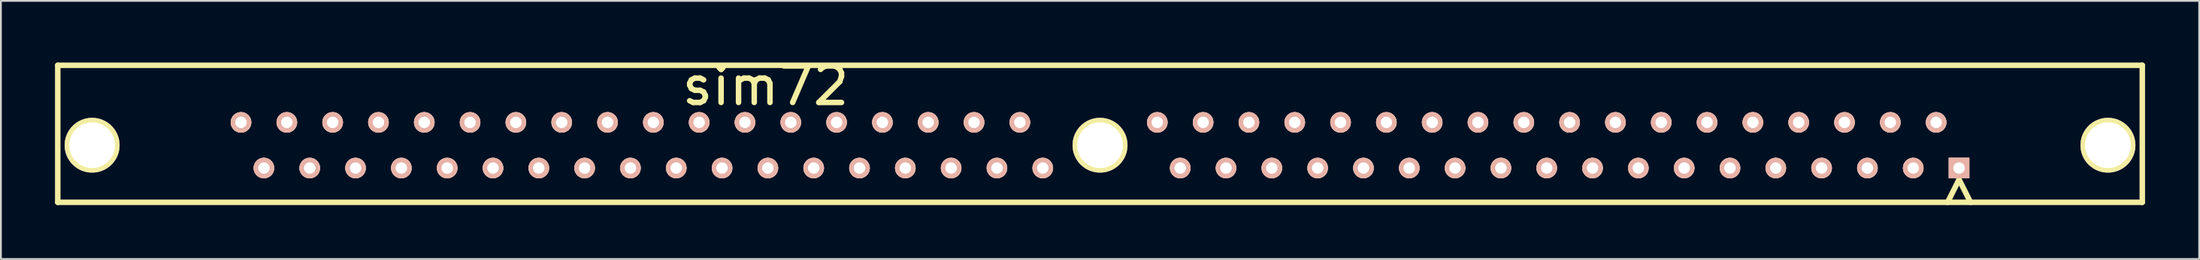
<source format=kicad_pcb>
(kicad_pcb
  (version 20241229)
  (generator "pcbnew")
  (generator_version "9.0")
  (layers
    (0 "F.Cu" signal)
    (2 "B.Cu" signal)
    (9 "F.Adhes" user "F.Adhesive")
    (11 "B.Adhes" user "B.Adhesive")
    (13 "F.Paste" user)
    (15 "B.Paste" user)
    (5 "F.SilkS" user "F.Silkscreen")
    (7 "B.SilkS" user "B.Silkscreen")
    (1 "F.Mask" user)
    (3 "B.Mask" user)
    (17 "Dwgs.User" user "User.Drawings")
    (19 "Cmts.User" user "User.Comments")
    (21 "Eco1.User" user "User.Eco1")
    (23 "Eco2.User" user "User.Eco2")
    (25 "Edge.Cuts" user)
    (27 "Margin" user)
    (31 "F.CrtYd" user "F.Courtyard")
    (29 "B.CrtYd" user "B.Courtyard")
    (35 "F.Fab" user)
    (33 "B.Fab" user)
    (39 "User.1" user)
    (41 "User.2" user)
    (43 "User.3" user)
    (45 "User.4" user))
  (footprint "sim72"
    (layer "F.Cu")
    (at 57.937 5.026)
    (property "Reference" "sim72" (at -18.542 -3.302 0) (layer "F.SilkS") (effects (font (size 2.032 2.032) (thickness 0.305))))
    (attr through_hole)
    (fp_line (start -57.785 -4.445) (end -57.785 3.175) (stroke (width 0.305) (type solid)) (layer "F.SilkS"))
    (fp_line (start -57.785 3.175) (end 57.785 3.175) (stroke (width 0.305) (type solid)) (layer "F.SilkS"))
    (fp_line (start 46.99 3.175) (end 47.625 1.905) (stroke (width 0.305) (type solid)) (layer "F.SilkS"))
    (fp_line (start 47.625 1.905) (end 48.26 3.175) (stroke (width 0.305) (type solid)) (layer "F.SilkS"))
    (fp_line (start 57.785 -4.445) (end -57.785 -4.445) (stroke (width 0.305) (type solid)) (layer "F.SilkS"))
    (fp_line (start 57.785 3.175) (end 57.785 -4.445) (stroke (width 0.305) (type solid)) (layer "F.SilkS"))
    (pad "" thru_hole circle (at -55.88 0) (size 3.048 3.048) (drill 2.54) (layers "*.Cu" "*.Mask" "F.SilkS"))
    (pad "" thru_hole circle (at 0 0) (size 3.048 3.048) (drill 2.54) (layers "*.Cu" "*.Mask" "F.SilkS"))
    (pad "" thru_hole circle (at 55.88 0) (size 3.048 3.048) (drill 2.54) (layers "*.Cu" "*.Mask" "F.SilkS"))
    (pad "1" thru_hole rect (at 47.625 1.27) (size 1.143 1.143) (drill 0.635) (layers "*.Cu" "*.SilkS" "*.Mask"))
    (pad "2" thru_hole circle (at 46.355 -1.27) (size 1.143 1.143) (drill 0.635) (layers "*.Cu" "*.SilkS" "*.Mask"))
    (pad "3" thru_hole circle (at 45.085 1.27) (size 1.143 1.143) (drill 0.635) (layers "*.Cu" "*.SilkS" "*.Mask"))
    (pad "4" thru_hole circle (at 43.815 -1.27) (size 1.143 1.143) (drill 0.635) (layers "*.Cu" "*.SilkS" "*.Mask"))
    (pad "5" thru_hole circle (at 42.545 1.27) (size 1.143 1.143) (drill 0.635) (layers "*.Cu" "*.SilkS" "*.Mask"))
    (pad "6" thru_hole circle (at 41.275 -1.27) (size 1.143 1.143) (drill 0.635) (layers "*.Cu" "*.SilkS" "*.Mask"))
    (pad "7" thru_hole circle (at 40.005 1.27) (size 1.143 1.143) (drill 0.635) (layers "*.Cu" "*.SilkS" "*.Mask"))
    (pad "8" thru_hole circle (at 38.735 -1.27) (size 1.143 1.143) (drill 0.635) (layers "*.Cu" "*.SilkS" "*.Mask"))
    (pad "9" thru_hole circle (at 37.465 1.27) (size 1.143 1.143) (drill 0.635) (layers "*.Cu" "*.SilkS" "*.Mask"))
    (pad "10" thru_hole circle (at 36.195 -1.27) (size 1.143 1.143) (drill 0.635) (layers "*.Cu" "*.SilkS" "*.Mask"))
    (pad "11" thru_hole circle (at 34.925 1.27) (size 1.143 1.143) (drill 0.635) (layers "*.Cu" "*.SilkS" "*.Mask"))
    (pad "12" thru_hole circle (at 33.655 -1.27) (size 1.143 1.143) (drill 0.635) (layers "*.Cu" "*.SilkS" "*.Mask"))
    (pad "13" thru_hole circle (at 32.385 1.27) (size 1.143 1.143) (drill 0.635) (layers "*.Cu" "*.SilkS" "*.Mask"))
    (pad "14" thru_hole circle (at 31.115 -1.27) (size 1.143 1.143) (drill 0.635) (layers "*.Cu" "*.SilkS" "*.Mask"))
    (pad "15" thru_hole circle (at 29.845 1.27) (size 1.143 1.143) (drill 0.635) (layers "*.Cu" "*.SilkS" "*.Mask"))
    (pad "16" thru_hole circle (at 28.575 -1.27) (size 1.143 1.143) (drill 0.635) (layers "*.Cu" "*.SilkS" "*.Mask"))
    (pad "17" thru_hole circle (at 27.305 1.27) (size 1.143 1.143) (drill 0.635) (layers "*.Cu" "*.SilkS" "*.Mask"))
    (pad "18" thru_hole circle (at 26.035 -1.27) (size 1.143 1.143) (drill 0.635) (layers "*.Cu" "*.SilkS" "*.Mask"))
    (pad "19" thru_hole circle (at 24.765 1.27) (size 1.143 1.143) (drill 0.635) (layers "*.Cu" "*.SilkS" "*.Mask"))
    (pad "20" thru_hole circle (at 23.495 -1.27) (size 1.143 1.143) (drill 0.635) (layers "*.Cu" "*.SilkS" "*.Mask"))
    (pad "21" thru_hole circle (at 22.225 1.27) (size 1.143 1.143) (drill 0.635) (layers "*.Cu" "*.SilkS" "*.Mask"))
    (pad "22" thru_hole circle (at 20.955 -1.27) (size 1.143 1.143) (drill 0.635) (layers "*.Cu" "*.SilkS" "*.Mask"))
    (pad "23" thru_hole circle (at 19.685 1.27) (size 1.143 1.143) (drill 0.635) (layers "*.Cu" "*.SilkS" "*.Mask"))
    (pad "24" thru_hole circle (at 18.415 -1.27) (size 1.143 1.143) (drill 0.635) (layers "*.Cu" "*.SilkS" "*.Mask"))
    (pad "25" thru_hole circle (at 17.145 1.27) (size 1.143 1.143) (drill 0.635) (layers "*.Cu" "*.SilkS" "*.Mask"))
    (pad "26" thru_hole circle (at 15.875 -1.27) (size 1.143 1.143) (drill 0.635) (layers "*.Cu" "*.SilkS" "*.Mask"))
    (pad "27" thru_hole circle (at 14.605 1.27) (size 1.143 1.143) (drill 0.635) (layers "*.Cu" "*.SilkS" "*.Mask"))
    (pad "28" thru_hole circle (at 13.335 -1.27) (size 1.143 1.143) (drill 0.635) (layers "*.Cu" "*.SilkS" "*.Mask"))
    (pad "29" thru_hole circle (at 12.065 1.27) (size 1.143 1.143) (drill 0.635) (layers "*.Cu" "*.SilkS" "*.Mask"))
    (pad "30" thru_hole circle (at 10.795 -1.27) (size 1.143 1.143) (drill 0.635) (layers "*.Cu" "*.SilkS" "*.Mask"))
    (pad "31" thru_hole circle (at 9.525 1.27) (size 1.143 1.143) (drill 0.635) (layers "*.Cu" "*.SilkS" "*.Mask"))
    (pad "32" thru_hole circle (at 8.255 -1.27) (size 1.143 1.143) (drill 0.635) (layers "*.Cu" "*.SilkS" "*.Mask"))
    (pad "33" thru_hole circle (at 6.985 1.27) (size 1.143 1.143) (drill 0.635) (layers "*.Cu" "*.SilkS" "*.Mask"))
    (pad "34" thru_hole circle (at 5.715 -1.27) (size 1.143 1.143) (drill 0.635) (layers "*.Cu" "*.SilkS" "*.Mask"))
    (pad "35" thru_hole circle (at 4.445 1.27) (size 1.143 1.143) (drill 0.635) (layers "*.Cu" "*.SilkS" "*.Mask"))
    (pad "36" thru_hole circle (at 3.175 -1.27) (size 1.143 1.143) (drill 0.635) (layers "*.Cu" "*.SilkS" "*.Mask"))
    (pad "37" thru_hole circle (at -3.175 1.27) (size 1.143 1.143) (drill 0.635) (layers "*.Cu" "*.SilkS" "*.Mask"))
    (pad "38" thru_hole circle (at -4.445 -1.27) (size 1.143 1.143) (drill 0.635) (layers "*.Cu" "*.SilkS" "*.Mask"))
    (pad "39" thru_hole circle (at -5.715 1.27) (size 1.143 1.143) (drill 0.635) (layers "*.Cu" "*.SilkS" "*.Mask"))
    (pad "40" thru_hole circle (at -6.985 -1.27) (size 1.143 1.143) (drill 0.635) (layers "*.Cu" "*.SilkS" "*.Mask"))
    (pad "41" thru_hole circle (at -8.255 1.27) (size 1.143 1.143) (drill 0.635) (layers "*.Cu" "*.SilkS" "*.Mask"))
    (pad "42" thru_hole circle (at -9.525 -1.27) (size 1.143 1.143) (drill 0.635) (layers "*.Cu" "*.SilkS" "*.Mask"))
    (pad "43" thru_hole circle (at -10.795 1.27) (size 1.143 1.143) (drill 0.635) (layers "*.Cu" "*.SilkS" "*.Mask"))
    (pad "44" thru_hole circle (at -12.065 -1.27) (size 1.143 1.143) (drill 0.635) (layers "*.Cu" "*.SilkS" "*.Mask"))
    (pad "45" thru_hole circle (at -13.335 1.27) (size 1.143 1.143) (drill 0.635) (layers "*.Cu" "*.SilkS" "*.Mask"))
    (pad "46" thru_hole circle (at -14.605 -1.27) (size 1.143 1.143) (drill 0.635) (layers "*.Cu" "*.SilkS" "*.Mask"))
    (pad "47" thru_hole circle (at -15.875 1.27) (size 1.143 1.143) (drill 0.635) (layers "*.Cu" "*.SilkS" "*.Mask"))
    (pad "48" thru_hole circle (at -17.145 -1.27) (size 1.143 1.143) (drill 0.635) (layers "*.Cu" "*.SilkS" "*.Mask"))
    (pad "49" thru_hole circle (at -18.415 1.27) (size 1.143 1.143) (drill 0.635) (layers "*.Cu" "*.SilkS" "*.Mask"))
    (pad "50" thru_hole circle (at -19.685 -1.27) (size 1.143 1.143) (drill 0.635) (layers "*.Cu" "*.SilkS" "*.Mask"))
    (pad "51" thru_hole circle (at -20.955 1.27) (size 1.143 1.143) (drill 0.635) (layers "*.Cu" "*.SilkS" "*.Mask"))
    (pad "52" thru_hole circle (at -22.225 -1.27) (size 1.143 1.143) (drill 0.635) (layers "*.Cu" "*.SilkS" "*.Mask"))
    (pad "53" thru_hole circle (at -23.495 1.27) (size 1.143 1.143) (drill 0.635) (layers "*.Cu" "*.SilkS" "*.Mask"))
    (pad "54" thru_hole circle (at -24.765 -1.27) (size 1.143 1.143) (drill 0.635) (layers "*.Cu" "*.SilkS" "*.Mask"))
    (pad "55" thru_hole circle (at -26.035 1.27) (size 1.143 1.143) (drill 0.635) (layers "*.Cu" "*.SilkS" "*.Mask"))
    (pad "56" thru_hole circle (at -27.305 -1.27) (size 1.143 1.143) (drill 0.635) (layers "*.Cu" "*.SilkS" "*.Mask"))
    (pad "57" thru_hole circle (at -28.575 1.27) (size 1.143 1.143) (drill 0.635) (layers "*.Cu" "*.SilkS" "*.Mask"))
    (pad "58" thru_hole circle (at -29.845 -1.27) (size 1.143 1.143) (drill 0.635) (layers "*.Cu" "*.SilkS" "*.Mask"))
    (pad "59" thru_hole circle (at -31.115 1.27) (size 1.143 1.143) (drill 0.635) (layers "*.Cu" "*.SilkS" "*.Mask"))
    (pad "60" thru_hole circle (at -32.385 -1.27) (size 1.143 1.143) (drill 0.635) (layers "*.Cu" "*.SilkS" "*.Mask"))
    (pad "61" thru_hole circle (at -33.655 1.27) (size 1.143 1.143) (drill 0.635) (layers "*.Cu" "*.SilkS" "*.Mask"))
    (pad "62" thru_hole circle (at -34.925 -1.27) (size 1.143 1.143) (drill 0.635) (layers "*.Cu" "*.SilkS" "*.Mask"))
    (pad "63" thru_hole circle (at -36.195 1.27) (size 1.143 1.143) (drill 0.635) (layers "*.Cu" "*.SilkS" "*.Mask"))
    (pad "64" thru_hole circle (at -37.465 -1.27) (size 1.143 1.143) (drill 0.635) (layers "*.Cu" "*.SilkS" "*.Mask"))
    (pad "65" thru_hole circle (at -38.735 1.27) (size 1.143 1.143) (drill 0.635) (layers "*.Cu" "*.SilkS" "*.Mask"))
    (pad "66" thru_hole circle (at -40.005 -1.27) (size 1.143 1.143) (drill 0.635) (layers "*.Cu" "*.SilkS" "*.Mask"))
    (pad "67" thru_hole circle (at -41.275 1.27) (size 1.143 1.143) (drill 0.635) (layers "*.Cu" "*.SilkS" "*.Mask"))
    (pad "68" thru_hole circle (at -42.545 -1.27) (size 1.143 1.143) (drill 0.635) (layers "*.Cu" "*.SilkS" "*.Mask"))
    (pad "69" thru_hole circle (at -43.815 1.27) (size 1.143 1.143) (drill 0.635) (layers "*.Cu" "*.SilkS" "*.Mask"))
    (pad "70" thru_hole circle (at -45.085 -1.27) (size 1.143 1.143) (drill 0.635) (layers "*.Cu" "*.SilkS" "*.Mask"))
    (pad "71" thru_hole circle (at -46.355 1.27) (size 1.143 1.143) (drill 0.635) (layers "*.Cu" "*.SilkS" "*.Mask"))
    (pad "72" thru_hole circle (at -47.625 -1.27) (size 1.143 1.143) (drill 0.635) (layers "*.Cu" "*.SilkS" "*.Mask")))
  (gr_rect
    (start -3 -3)
    (end 118.875 11.353)
    (stroke (width 0.1) (type default))
    (fill no)
    (layer "Edge.Cuts")))
</source>
